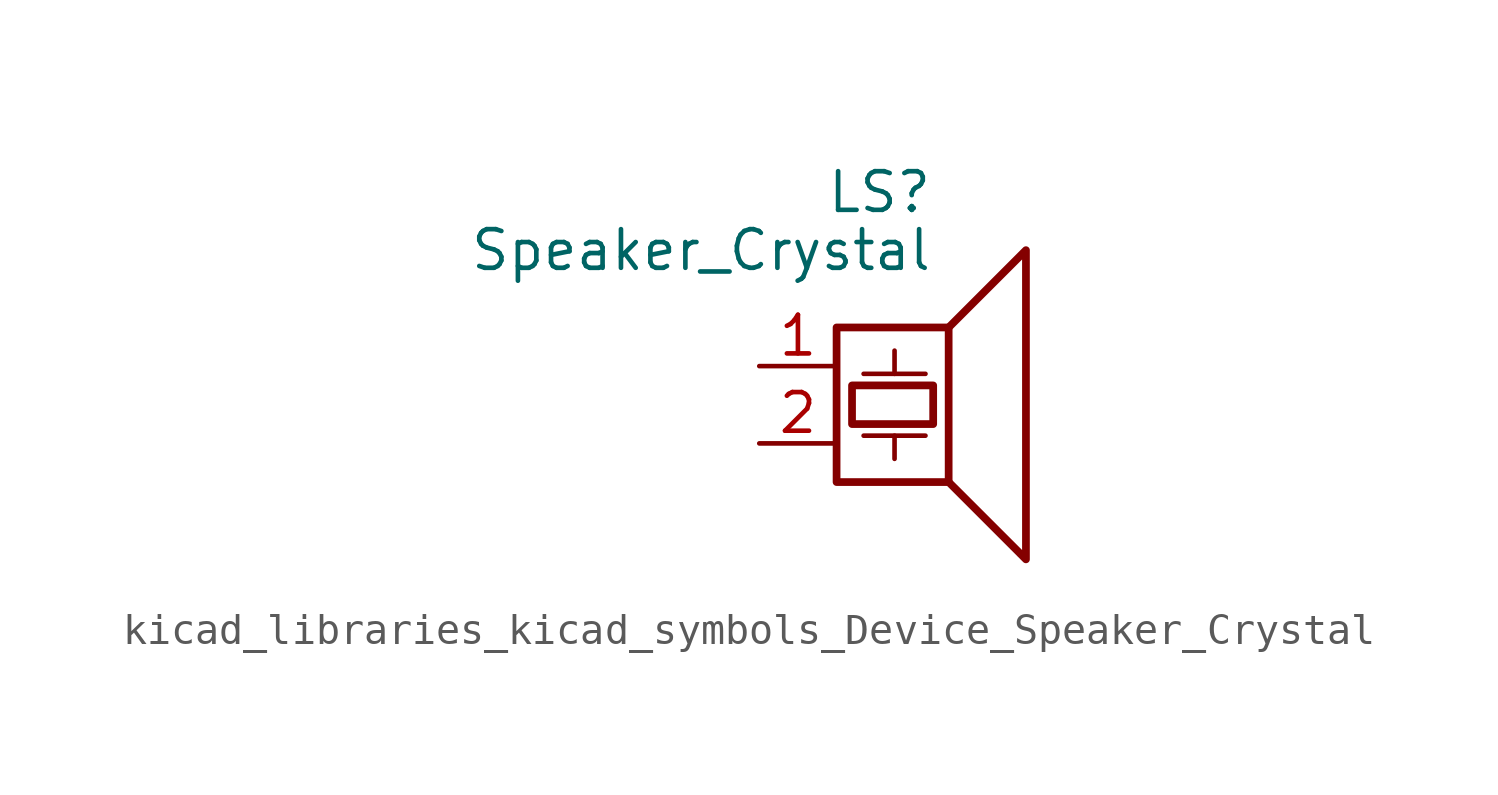
<source format=kicad_sym>
(kicad_symbol_lib
  (version 20220914)
  (generator kicad_symbol_editor)
  (symbol "kicad_libraries_kicad_symbols_Device_Speaker_Crystal"
    (pin_names
      (offset 0) hide)
    (property "Reference" "LS"
      (at 0.635 5.715 0)
      (effects (font (size 1.27 1.27)) (justify right)))
    (property "Value" "Speaker_Crystal"
      (at 0.635 3.81 0)
      (effects (font (size 1.27 1.27)) (justify right)))
    (symbol "kicad_libraries_kicad_symbols_Device_Speaker_Crystal_0_0"
      (rectangle (start -2.54 1.27) (end 1.143 -3.81) (stroke (width 0.254) (type default)) (fill (type none)))
      (rectangle (start -2.032 -0.635) (end 0.635 -1.905) (stroke (width 0.254) (type default)) (fill (type none)))
      (polyline (pts (xy -1.651 -2.286) (xy 0.381 -2.286)) (stroke (width 0) (type default)) (fill (type none)))
      (polyline (pts (xy -1.651 -0.254) (xy 0.381 -0.254)) (stroke (width 0) (type default)) (fill (type none)))
      (polyline (pts (xy -0.635 -2.286) (xy -0.635 -3.048)) (stroke (width 0) (type default)) (fill (type none)))
      (polyline (pts (xy -0.635 -0.254) (xy -0.635 0.508)) (stroke (width 0) (type default)) (fill (type none)))
      (polyline (pts (xy 1.143 1.27) (xy 3.683 3.81) (xy 3.683 -6.35) (xy 1.143 -3.81)) (stroke (width 0.254) (type default)) (fill (type none))))
    (symbol "kicad_libraries_kicad_symbols_Device_Speaker_Crystal_1_1"
      (pin input line (at -5.08 0 0) (length 2.54) (name "1" (effects (font (size 1.27 1.27)))) (number "1" (effects (font (size 1.27 1.27)))))
      (pin input line (at -5.08 -2.54 0) (length 2.54) (name "2" (effects (font (size 1.27 1.27)))) (number "2" (effects (font (size 1.27 1.27))))))))
</source>
